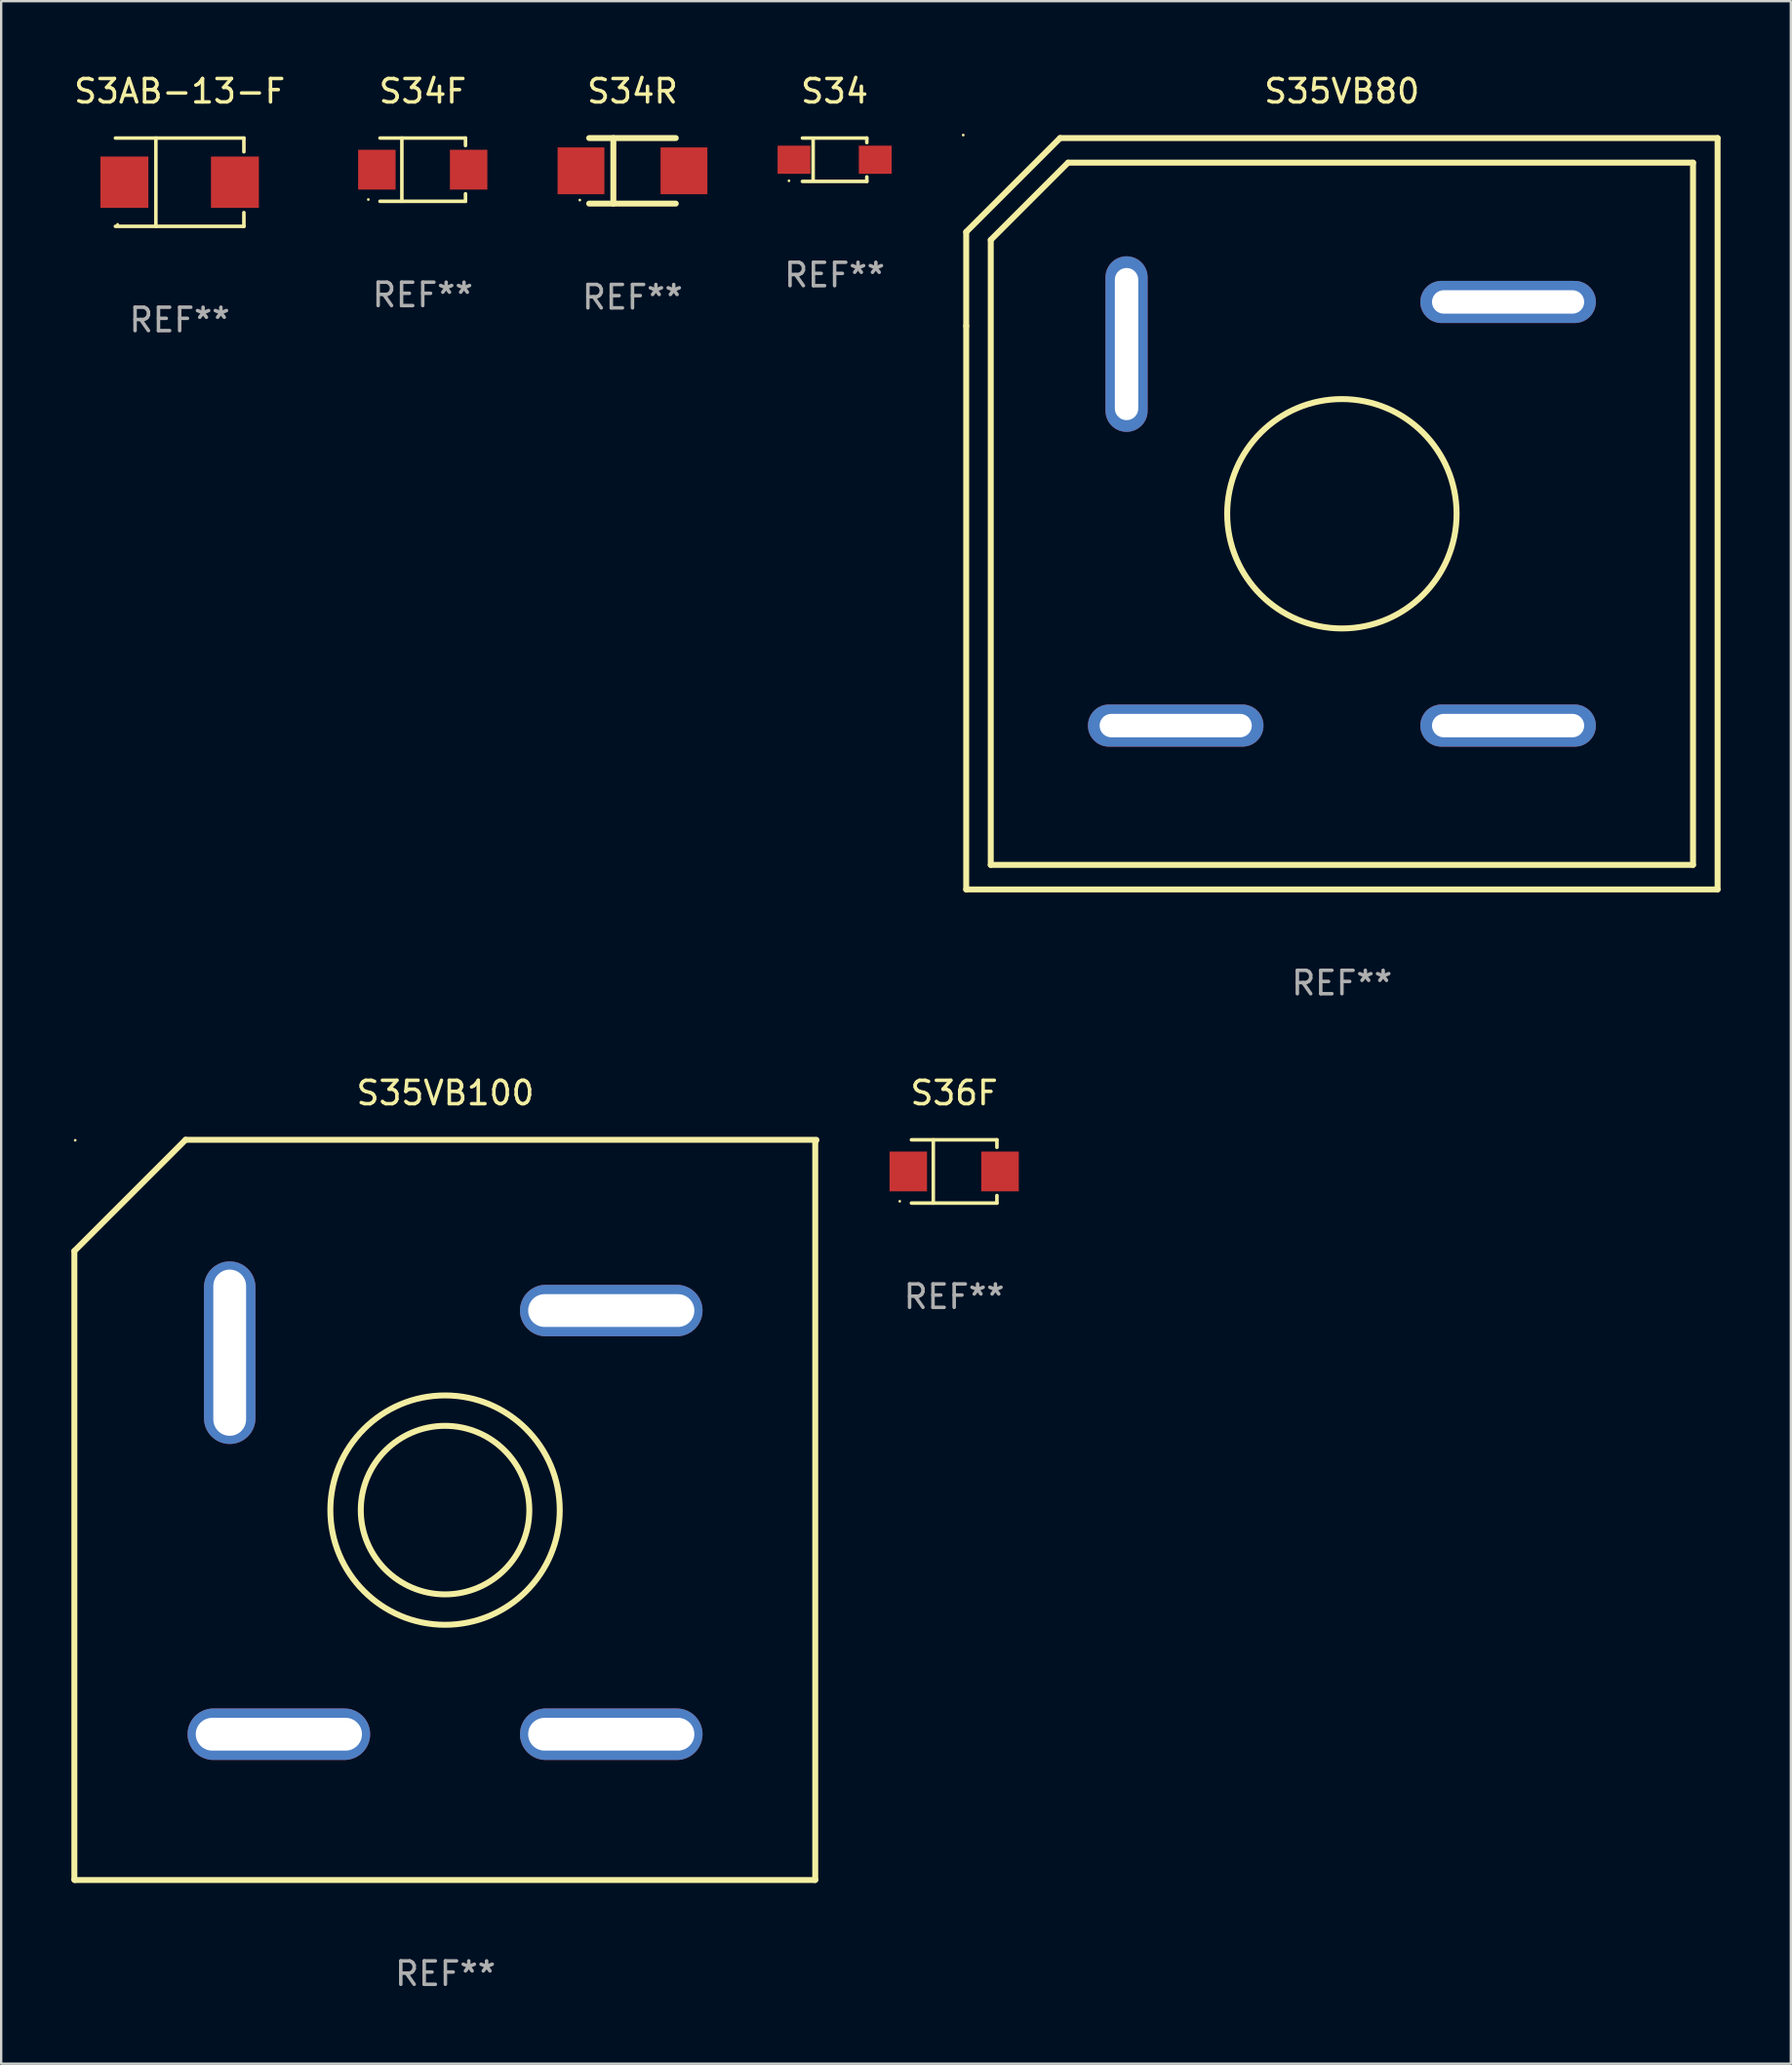
<source format=kicad_pcb>
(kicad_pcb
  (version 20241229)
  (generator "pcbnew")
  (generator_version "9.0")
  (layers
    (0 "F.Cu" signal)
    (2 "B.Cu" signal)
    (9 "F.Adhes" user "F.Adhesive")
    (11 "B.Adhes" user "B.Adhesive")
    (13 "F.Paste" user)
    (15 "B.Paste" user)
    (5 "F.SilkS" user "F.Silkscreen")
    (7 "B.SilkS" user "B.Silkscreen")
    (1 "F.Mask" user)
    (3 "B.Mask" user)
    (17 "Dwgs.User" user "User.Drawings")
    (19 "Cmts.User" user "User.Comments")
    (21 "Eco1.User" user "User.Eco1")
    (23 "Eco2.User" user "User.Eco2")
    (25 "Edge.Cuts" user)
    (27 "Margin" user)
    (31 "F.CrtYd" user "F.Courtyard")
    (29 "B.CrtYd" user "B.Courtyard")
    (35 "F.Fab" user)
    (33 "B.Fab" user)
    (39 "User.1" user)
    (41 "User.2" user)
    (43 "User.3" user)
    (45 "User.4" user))
  (footprint "S36F"
    (layer "F.Cu")
    (at 37.713 46.998)
    (property "Reference" "S36F" (at 0 -3.351 0) (layer "F.SilkS") (effects (font (size 1 1) (thickness 0.15))))
    (attr through_hole)
    (fp_line (start -1.826 -1.351) (end 1.826 -1.351) (stroke (width 0.152) (type solid)) (layer "F.SilkS"))
    (fp_line (start -1.826 1.351) (end 1.826 1.351) (stroke (width 0.152) (type solid)) (layer "F.SilkS"))
    (fp_line (start -0.892 -1.351) (end -0.892 1.351) (stroke (width 0.152) (type solid)) (layer "F.SilkS"))
    (fp_line (start 1.826 -1.351) (end 1.826 -1.03) (stroke (width 0.152) (type solid)) (layer "F.SilkS"))
    (fp_line (start 1.826 1.03) (end 1.826 1.351) (stroke (width 0.152) (type solid)) (layer "F.SilkS"))
    (fp_circle (center -2.325 1.275) (end -2.295 1.275) (stroke (width 0.06) (type solid)) (fill no) (layer "F.SilkS"))
    (fp_text user "REF**" (at 0 5.351 0) (layer "F.Fab") (effects (font (size 1 1) (thickness 0.15))))
    (pad "1" smd rect (at -1.96 0 180) (size 1.6 1.7) (layers "F.Cu" "F.Mask" "F.Paste"))
    (pad "2" smd rect (at 1.96 0 180) (size 1.6 1.7) (layers "F.Cu" "F.Mask" "F.Paste")))
  (footprint "S34F"
    (layer "F.Cu")
    (at 15.01 4.199)
    (property "Reference" "S34F" (at 0 -3.351 0) (layer "F.SilkS") (effects (font (size 1 1) (thickness 0.15))))
    (attr through_hole)
    (fp_line (start -1.826 -1.351) (end 1.826 -1.351) (stroke (width 0.152) (type solid)) (layer "F.SilkS"))
    (fp_line (start -1.826 1.351) (end 1.826 1.351) (stroke (width 0.152) (type solid)) (layer "F.SilkS"))
    (fp_line (start -0.892 -1.351) (end -0.892 1.351) (stroke (width 0.152) (type solid)) (layer "F.SilkS"))
    (fp_line (start 1.826 -1.351) (end 1.826 -1.03) (stroke (width 0.152) (type solid)) (layer "F.SilkS"))
    (fp_line (start 1.826 1.03) (end 1.826 1.351) (stroke (width 0.152) (type solid)) (layer "F.SilkS"))
    (fp_circle (center -2.325 1.275) (end -2.295 1.275) (stroke (width 0.06) (type solid)) (fill no) (layer "F.SilkS"))
    (fp_text user "REF**" (at 0 5.351 0) (layer "F.Fab") (effects (font (size 1 1) (thickness 0.15))))
    (pad "1" smd rect (at -1.96 0 180) (size 1.6 1.7) (layers "F.Cu" "F.Mask" "F.Paste"))
    (pad "2" smd rect (at 1.96 0 180) (size 1.6 1.7) (layers "F.Cu" "F.Mask" "F.Paste")))
  (footprint "S3AB-13-F"
    (layer "F.Cu")
    (at 4.625 4.734)
    (property "Reference" "S3AB-13-F" (at 0 -3.886 0) (layer "F.SilkS") (effects (font (size 1 1) (thickness 0.15))))
    (attr through_hole)
    (fp_line (start -2.744 -1.886) (end 2.744 -1.886) (stroke (width 0.152) (type solid)) (layer "F.SilkS"))
    (fp_line (start -2.744 1.886) (end 2.744 1.886) (stroke (width 0.152) (type solid)) (layer "F.SilkS"))
    (fp_line (start -1.016 -1.886) (end -1.016 1.886) (stroke (width 0.152) (type solid)) (layer "F.SilkS"))
    (fp_line (start 2.744 -1.886) (end 2.744 -1.299) (stroke (width 0.152) (type solid)) (layer "F.SilkS"))
    (fp_line (start 2.744 1.886) (end 2.744 1.299) (stroke (width 0.152) (type solid)) (layer "F.SilkS"))
    (fp_circle (center -2.65 1.8) (end -2.62 1.8) (stroke (width 0.06) (type solid)) (fill no) (layer "F.SilkS"))
    (fp_text user "REF**" (at 0 5.886 0) (layer "F.Fab") (effects (font (size 1 1) (thickness 0.15))))
    (pad "1" smd rect (at -2.361 0) (size 2.047 2.192) (layers "F.Cu" "F.Mask" "F.Paste"))
    (pad "2" smd rect (at 2.361 0) (size 2.047 2.192) (layers "F.Cu" "F.Mask" "F.Paste")))
  (footprint "S35VB100"
    (layer "F.Cu")
    (at 15.977 61.459)
    (property "Reference" "S35VB100" (at 0 -17.812 0) (layer "F.SilkS") (effects (font (size 1 1) (thickness 0.15))))
    (attr through_hole)
    (fp_line (start -15.85 -11.062) (end -15.85 15.792) (stroke (width 0.254) (type solid)) (layer "F.SilkS"))
    (fp_line (start -15.85 15.792) (end -15.83 15.812) (stroke (width 0.254) (type solid)) (layer "F.SilkS"))
    (fp_line (start -15.83 15.812) (end 15.789 15.812) (stroke (width 0.254) (type solid)) (layer "F.SilkS"))
    (fp_line (start -11.1 -15.812) (end -15.85 -11.062) (stroke (width 0.254) (type solid)) (layer "F.SilkS"))
    (fp_line (start 15.789 15.812) (end 15.801 15.799) (stroke (width 0.254) (type solid)) (layer "F.SilkS"))
    (fp_line (start 15.801 -15.741) (end 15.833 -15.772) (stroke (width 0.254) (type solid)) (layer "F.SilkS"))
    (fp_line (start 15.801 15.799) (end 15.801 -15.741) (stroke (width 0.254) (type solid)) (layer "F.SilkS"))
    (fp_line (start 15.85 -15.812) (end -11.1 -15.812) (stroke (width 0.254) (type solid)) (layer "F.SilkS"))
    (fp_circle (center -15.814 -15.792) (end -15.784 -15.792) (stroke (width 0.06) (type solid)) (fill no) (layer "F.SilkS"))
    (fp_circle (center -0.014 0.008) (end 3.586 0.008) (stroke (width 0.254) (type solid)) (fill no) (layer "F.SilkS"))
    (fp_circle (center -0.014 0.008) (end 4.886 0.008) (stroke (width 0.254) (type solid)) (fill no) (layer "F.SilkS"))
    (fp_text user "REF**" (at 0 19.812 0) (layer "F.Fab") (effects (font (size 1 1) (thickness 0.15))))
    (pad "1" thru_hole oval (at -9.214 -6.717 180) (size 2.2 7.8) (drill oval 1.4 7.1) (layers "*.Cu" "*.Mask"))
    (pad "2" thru_hole oval (at 7.086 -8.517 90) (size 2.2 7.8) (drill oval 1.4 7.1) (layers "*.Cu" "*.Mask"))
    (pad "3" thru_hole oval (at 7.086 9.583 90) (size 2.2 7.8) (drill oval 1.4 7.1) (layers "*.Cu" "*.Mask"))
    (pad "4" thru_hole oval (at -7.114 9.583 90) (size 2.2 7.8) (drill oval 1.4 7.1) (layers "*.Cu" "*.Mask")))
  (footprint "S35VB80"
    (layer "F.Cu")
    (at 54.278 18.899)
    (property "Reference" "S35VB80" (at 0 -18.051 0) (layer "F.SilkS") (effects (font (size 1 1) (thickness 0.15))))
    (attr through_hole)
    (fp_line (start -16.051 -12.04) (end -12.04 -16.051) (stroke (width 0.254) (type solid)) (layer "F.SilkS"))
    (fp_line (start -16.051 -8.024) (end -16.051 -12.04) (stroke (width 0.254) (type solid)) (layer "F.SilkS"))
    (fp_line (start -16.051 16.051) (end -16.051 -8.024) (stroke (width 0.254) (type solid)) (layer "F.SilkS"))
    (fp_line (start -15.002 -11.698) (end -11.7 -15) (stroke (width 0.254) (type solid)) (layer "F.SilkS"))
    (fp_line (start -15.002 15.002) (end -15.002 -11.698) (stroke (width 0.254) (type solid)) (layer "F.SilkS"))
    (fp_line (start -12.04 -16.051) (end 16.051 -16.051) (stroke (width 0.254) (type solid)) (layer "F.SilkS"))
    (fp_line (start -11.7 -15) (end 15 -15) (stroke (width 0.254) (type solid)) (layer "F.SilkS"))
    (fp_line (start 15 -15) (end 15 15.002) (stroke (width 0.254) (type solid)) (layer "F.SilkS"))
    (fp_line (start 15 15.002) (end -15.002 15.002) (stroke (width 0.254) (type solid)) (layer "F.SilkS"))
    (fp_line (start 16.049 -16.049) (end 16.049 16.051) (stroke (width 0.254) (type solid)) (layer "F.SilkS"))
    (fp_line (start 16.049 16.051) (end -16.051 16.051) (stroke (width 0.254) (type solid)) (layer "F.SilkS"))
    (fp_circle (center -16.178 -16.178) (end -16.148 -16.178) (stroke (width 0.06) (type solid)) (fill no) (layer "F.SilkS"))
    (fp_circle (center -0.001 0.001) (end 4.899 0.001) (stroke (width 0.254) (type solid)) (fill no) (layer "F.SilkS"))
    (fp_text user "REF**" (at 0 20.051 0) (layer "F.Fab") (effects (font (size 1 1) (thickness 0.15))))
    (pad "1" thru_hole oval (at -9.201 -7.249) (size 1.8 7.5) (drill oval 1 6.5) (layers "*.Cu" "*.Mask"))
    (pad "2" thru_hole oval (at 7.099 -9.049 90) (size 1.8 7.5) (drill oval 1 6.5) (layers "*.Cu" "*.Mask"))
    (pad "3" thru_hole oval (at 7.099 9.051 90) (size 1.8 7.5) (drill oval 1 6.5) (layers "*.Cu" "*.Mask"))
    (pad "4" thru_hole oval (at -7.101 9.051 90) (size 1.8 7.5) (drill oval 1 6.5) (layers "*.Cu" "*.Mask")))
  (footprint "S34"
    (layer "F.Cu")
    (at 32.605 3.774)
    (property "Reference" "S34" (at 0 -2.926 0) (layer "F.SilkS") (effects (font (size 1 1) (thickness 0.15))))
    (attr through_hole)
    (fp_line (start -1.376 -0.926) (end 1.376 -0.926) (stroke (width 0.152) (type solid)) (layer "F.SilkS"))
    (fp_line (start -1.376 0.926) (end 1.376 0.926) (stroke (width 0.152) (type solid)) (layer "F.SilkS"))
    (fp_line (start -0.917 -0.876) (end -0.917 0.876) (stroke (width 0.152) (type solid)) (layer "F.SilkS"))
    (fp_line (start 1.376 -0.926) (end 1.376 -0.733) (stroke (width 0.152) (type solid)) (layer "F.SilkS"))
    (fp_line (start 1.376 0.926) (end 1.376 0.733) (stroke (width 0.152) (type solid)) (layer "F.SilkS"))
    (fp_circle (center -1.95 0.9) (end -1.92 0.9) (stroke (width 0.06) (type solid)) (fill no) (layer "F.SilkS"))
    (fp_text user "REF**" (at 0 4.926 0) (layer "F.Fab") (effects (font (size 1 1) (thickness 0.15))))
    (pad "1" smd rect (at -1.735 0) (size 1.4 1.2) (layers "F.Cu" "F.Mask" "F.Paste"))
    (pad "2" smd rect (at 1.735 0) (size 1.4 1.2) (layers "F.Cu" "F.Mask" "F.Paste")))
  (footprint "S34R"
    (layer "F.Cu")
    (at 23.97 4.248)
    (property "Reference" "S34R" (at 0 -3.4 0) (layer "F.SilkS") (effects (font (size 1 1) (thickness 0.15))))
    (attr through_hole)
    (fp_line (start -1.85 -1.4) (end 1.85 -1.4) (stroke (width 0.254) (type solid)) (layer "F.SilkS"))
    (fp_line (start -1.85 1.4) (end 1.85 1.4) (stroke (width 0.254) (type solid)) (layer "F.SilkS"))
    (fp_line (start -0.817 -1.4) (end -0.817 1.4) (stroke (width 0.254) (type solid)) (layer "F.SilkS"))
    (fp_circle (center -2.25 1.25) (end -2.22 1.25) (stroke (width 0.06) (type solid)) (fill no) (layer "F.SilkS"))
    (fp_text user "REF**" (at 0 5.4 0) (layer "F.Fab") (effects (font (size 1 1) (thickness 0.15))))
    (pad "1" smd rect (at -2.2 -0.000013) (size 2 2) (layers "F.Cu" "F.Mask" "F.Paste"))
    (pad "2" smd rect (at 2.2 -0.000013) (size 2 2) (layers "F.Cu" "F.Mask" "F.Paste")))
  (gr_rect
    (start -3 -3)
    (end 73.456 85.119)
    (stroke (width 0.1) (type default))
    (fill no)
    (layer "Edge.Cuts")))
</source>
